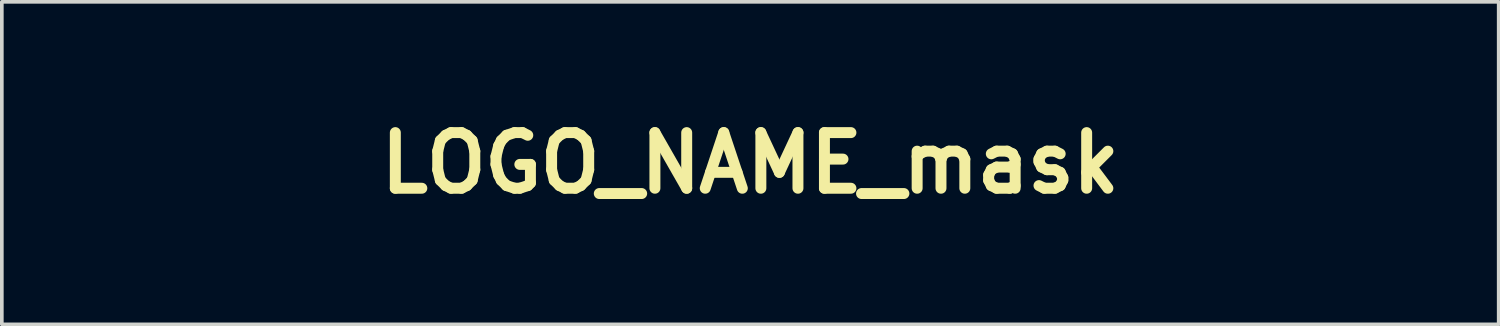
<source format=kicad_pcb>
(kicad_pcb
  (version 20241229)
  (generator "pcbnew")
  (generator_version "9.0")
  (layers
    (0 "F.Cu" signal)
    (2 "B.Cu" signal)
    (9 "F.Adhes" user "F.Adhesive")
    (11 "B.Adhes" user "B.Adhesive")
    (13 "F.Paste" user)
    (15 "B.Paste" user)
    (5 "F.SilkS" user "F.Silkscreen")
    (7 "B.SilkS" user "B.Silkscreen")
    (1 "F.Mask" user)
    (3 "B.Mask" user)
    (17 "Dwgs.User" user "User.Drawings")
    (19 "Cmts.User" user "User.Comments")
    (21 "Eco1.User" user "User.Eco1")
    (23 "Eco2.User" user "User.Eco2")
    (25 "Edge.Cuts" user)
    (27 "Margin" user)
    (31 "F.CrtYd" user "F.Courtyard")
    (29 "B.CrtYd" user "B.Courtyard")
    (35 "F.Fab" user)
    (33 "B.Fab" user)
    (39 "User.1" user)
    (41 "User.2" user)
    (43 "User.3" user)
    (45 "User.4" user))
  (footprint "LOGO_NAME_mask"
    (layer "F.Cu")
    (at 17.506 1.418)
    (property "Reference" "LOGO_NAME_mask" (at 0 0 0) (layer "F.SilkS") (effects (font (size 1.524 1.524) (thickness 0.3))))
    (attr through_hole)
    (fp_poly (pts (xy 2.816 -1.156) (xy 2.902 -1.155) (xy 2.972 -1.152) (xy 3.027 -1.149) (xy 3.068 -1.144) (xy 3.098 -1.137) (xy 3.119 -1.127) (xy 3.131 -1.116) (xy 3.138 -1.101) (xy 3.14 -1.084) (xy 3.139 -1.063) (xy 3.138 -1.038) (xy 3.137 -1.012) (xy 3.137 -0.974) (xy 3.136 -0.943) (xy 3.13 -0.92) (xy 3.117 -0.902) (xy 3.095 -0.89) (xy 3.061 -0.883) (xy 3.011 -0.879) (xy 2.944 -0.877) (xy 2.857 -0.876) (xy 2.758 -0.876) (xy 2.426 -0.876) (xy 2.426 0.117) (xy 2.425 0.274) (xy 2.425 0.424) (xy 2.424 0.564) (xy 2.424 0.693) (xy 2.423 0.809) (xy 2.422 0.91) (xy 2.421 0.994) (xy 2.419 1.059) (xy 2.418 1.103) (xy 2.416 1.124) (xy 2.416 1.125) (xy 2.389 1.148) (xy 2.344 1.162) (xy 2.277 1.168) (xy 2.255 1.168) (xy 2.202 1.167) (xy 2.168 1.163) (xy 2.146 1.153) (xy 2.134 1.143) (xy 2.129 1.138) (xy 2.125 1.131) (xy 2.121 1.121) (xy 2.118 1.107) (xy 2.116 1.085) (xy 2.114 1.056) (xy 2.112 1.016) (xy 2.111 0.965) (xy 2.11 0.9) (xy 2.109 0.82) (xy 2.109 0.724) (xy 2.108 0.609) (xy 2.108 0.474) (xy 2.108 0.317) (xy 2.108 0.136) (xy 2.108 -0.876) (xy 1.768 -0.876) (xy 1.656 -0.877) (xy 1.567 -0.878) (xy 1.501 -0.88) (xy 1.454 -0.883) (xy 1.425 -0.887) (xy 1.412 -0.892) (xy 1.404 -0.913) (xy 1.399 -0.956) (xy 1.397 -1.016) (xy 1.399 -1.077) (xy 1.404 -1.119) (xy 1.412 -1.14) (xy 1.422 -1.144) (xy 1.444 -1.146) (xy 1.481 -1.149) (xy 1.533 -1.151) (xy 1.603 -1.152) (xy 1.691 -1.154) (xy 1.798 -1.155) (xy 1.927 -1.155) (xy 2.079 -1.156) (xy 2.254 -1.156) (xy 2.269 -1.156) (xy 2.439 -1.156) (xy 2.586 -1.156) (xy 2.711 -1.156) (xy 2.816 -1.156)) (stroke (width 0.01) (type solid)) (fill yes) (layer "F.Mask"))
    (fp_poly (pts (xy 15.748 -1.156) (xy 15.796 -1.152) (xy 15.834 -1.146) (xy 15.852 -1.139) (xy 15.862 -1.125) (xy 15.883 -1.091) (xy 15.915 -1.04) (xy 15.956 -0.974) (xy 16.005 -0.894) (xy 16.06 -0.803) (xy 16.12 -0.704) (xy 16.185 -0.597) (xy 16.199 -0.574) (xy 16.263 -0.467) (xy 16.324 -0.367) (xy 16.38 -0.276) (xy 16.429 -0.196) (xy 16.47 -0.129) (xy 16.502 -0.077) (xy 16.524 -0.042) (xy 16.535 -0.027) (xy 16.535 -0.026) (xy 16.543 -0.037) (xy 16.562 -0.067) (xy 16.592 -0.115) (xy 16.631 -0.179) (xy 16.678 -0.256) (xy 16.731 -0.345) (xy 16.79 -0.443) (xy 16.854 -0.548) (xy 16.866 -0.568) (xy 16.93 -0.675) (xy 16.991 -0.777) (xy 17.047 -0.869) (xy 17.097 -0.952) (xy 17.14 -1.021) (xy 17.174 -1.076) (xy 17.198 -1.114) (xy 17.211 -1.132) (xy 17.212 -1.133) (xy 17.227 -1.144) (xy 17.25 -1.151) (xy 17.286 -1.155) (xy 17.341 -1.156) (xy 17.352 -1.156) (xy 17.416 -1.154) (xy 17.459 -1.149) (xy 17.485 -1.138) (xy 17.497 -1.121) (xy 17.501 -1.095) (xy 17.494 -1.079) (xy 17.476 -1.043) (xy 17.447 -0.988) (xy 17.407 -0.918) (xy 17.359 -0.833) (xy 17.303 -0.735) (xy 17.24 -0.627) (xy 17.172 -0.509) (xy 17.098 -0.385) (xy 17.094 -0.378) (xy 16.688 0.308) (xy 16.688 0.718) (xy 16.688 0.832) (xy 16.687 0.923) (xy 16.686 0.994) (xy 16.685 1.048) (xy 16.683 1.086) (xy 16.68 1.113) (xy 16.676 1.13) (xy 16.671 1.14) (xy 16.667 1.145) (xy 16.642 1.155) (xy 16.596 1.162) (xy 16.541 1.166) (xy 16.488 1.168) (xy 16.454 1.167) (xy 16.432 1.161) (xy 16.414 1.149) (xy 16.403 1.139) (xy 16.37 1.106) (xy 16.37 0.294) (xy 15.981 -0.364) (xy 15.912 -0.482) (xy 15.845 -0.594) (xy 15.784 -0.697) (xy 15.729 -0.791) (xy 15.68 -0.872) (xy 15.64 -0.938) (xy 15.61 -0.989) (xy 15.59 -1.022) (xy 15.581 -1.034) (xy 15.572 -1.059) (xy 15.571 -1.094) (xy 15.577 -1.127) (xy 15.585 -1.14) (xy 15.606 -1.149) (xy 15.645 -1.154) (xy 15.695 -1.156) (xy 15.748 -1.156)) (stroke (width 0.01) (type solid)) (fill yes) (layer "F.Mask"))
    (fp_poly (pts (xy -16.584 -1.156) (xy -16.445 -1.155) (xy -16.328 -1.154) (xy -16.233 -1.153) (xy -16.157 -1.152) (xy -16.099 -1.15) (xy -16.057 -1.147) (xy -16.031 -1.145) (xy -16.018 -1.141) (xy -16.017 -1.14) (xy -16.009 -1.119) (xy -16.004 -1.076) (xy -16.002 -1.021) (xy -16.003 -0.968) (xy -16.006 -0.934) (xy -16.012 -0.914) (xy -16.024 -0.901) (xy -16.03 -0.896) (xy -16.04 -0.891) (xy -16.055 -0.887) (xy -16.078 -0.884) (xy -16.11 -0.882) (xy -16.155 -0.88) (xy -16.215 -0.878) (xy -16.291 -0.877) (xy -16.387 -0.877) (xy -16.503 -0.876) (xy -16.621 -0.876) (xy -17.183 -0.876) (xy -17.183 -0.089) (xy -16.639 -0.089) (xy -16.503 -0.089) (xy -16.391 -0.088) (xy -16.3 -0.088) (xy -16.228 -0.086) (xy -16.173 -0.085) (xy -16.133 -0.083) (xy -16.106 -0.08) (xy -16.089 -0.076) (xy -16.08 -0.072) (xy -16.079 -0.071) (xy -16.071 -0.047) (xy -16.068 -0.001) (xy -16.068 0.052) (xy -16.071 0.105) (xy -16.074 0.138) (xy -16.081 0.157) (xy -16.093 0.168) (xy -16.104 0.174) (xy -16.119 0.178) (xy -16.146 0.182) (xy -16.188 0.185) (xy -16.247 0.187) (xy -16.324 0.188) (xy -16.421 0.19) (xy -16.54 0.19) (xy -16.659 0.19) (xy -17.183 0.191) (xy -17.183 1.106) (xy -17.214 1.137) (xy -17.234 1.154) (xy -17.255 1.163) (xy -17.287 1.167) (xy -17.336 1.167) (xy -17.338 1.167) (xy -17.387 1.165) (xy -17.428 1.163) (xy -17.453 1.16) (xy -17.454 1.16) (xy -17.475 1.144) (xy -17.489 1.122) (xy -17.491 1.104) (xy -17.493 1.062) (xy -17.494 0.997) (xy -17.496 0.911) (xy -17.497 0.804) (xy -17.498 0.679) (xy -17.499 0.537) (xy -17.5 0.378) (xy -17.5 0.205) (xy -17.501 0.019) (xy -17.501 -0.004) (xy -17.501 -0.198) (xy -17.5 -0.368) (xy -17.5 -0.516) (xy -17.5 -0.643) (xy -17.499 -0.751) (xy -17.498 -0.842) (xy -17.497 -0.917) (xy -17.496 -0.977) (xy -17.494 -1.025) (xy -17.493 -1.061) (xy -17.49 -1.088) (xy -17.488 -1.107) (xy -17.485 -1.119) (xy -17.481 -1.127) (xy -17.481 -1.127) (xy -17.461 -1.156) (xy -16.747 -1.156) (xy -16.584 -1.156)) (stroke (width 0.01) (type solid)) (fill yes) (layer "F.Mask"))
    (fp_poly (pts (xy -7.164 -1.155) (xy -7.124 -1.152) (xy -7.106 -1.148) (xy -7.098 -1.144) (xy -7.09 -1.137) (xy -7.08 -1.124) (xy -7.069 -1.104) (xy -7.055 -1.074) (xy -7.038 -1.032) (xy -7.015 -0.976) (xy -6.986 -0.903) (xy -6.95 -0.81) (xy -6.907 -0.697) (xy -6.905 -0.692) (xy -6.87 -0.601) (xy -6.828 -0.492) (xy -6.78 -0.366) (xy -6.728 -0.231) (xy -6.673 -0.088) (xy -6.618 0.056) (xy -6.563 0.199) (xy -6.515 0.324) (xy -6.456 0.477) (xy -6.405 0.609) (xy -6.363 0.721) (xy -6.327 0.814) (xy -6.298 0.89) (xy -6.275 0.952) (xy -6.258 1) (xy -6.245 1.037) (xy -6.236 1.065) (xy -6.231 1.085) (xy -6.228 1.098) (xy -6.227 1.108) (xy -6.228 1.114) (xy -6.229 1.118) (xy -6.251 1.144) (xy -6.296 1.161) (xy -6.364 1.168) (xy -6.388 1.168) (xy -6.438 1.167) (xy -6.471 1.161) (xy -6.495 1.15) (xy -6.507 1.14) (xy -6.515 1.127) (xy -6.529 1.101) (xy -6.547 1.06) (xy -6.571 1.003) (xy -6.601 0.929) (xy -6.638 0.837) (xy -6.681 0.726) (xy -6.731 0.595) (xy -6.789 0.443) (xy -6.855 0.268) (xy -6.896 0.159) (xy -6.952 0.01) (xy -7.005 -0.132) (xy -7.056 -0.265) (xy -7.102 -0.388) (xy -7.144 -0.499) (xy -7.181 -0.596) (xy -7.212 -0.677) (xy -7.236 -0.741) (xy -7.253 -0.785) (xy -7.262 -0.807) (xy -7.263 -0.81) (xy -7.269 -0.801) (xy -7.283 -0.77) (xy -7.305 -0.719) (xy -7.334 -0.648) (xy -7.369 -0.56) (xy -7.41 -0.455) (xy -7.455 -0.337) (xy -7.506 -0.205) (xy -7.56 -0.062) (xy -7.594 0.028) (xy -7.665 0.216) (xy -7.727 0.381) (xy -7.781 0.525) (xy -7.829 0.65) (xy -7.869 0.757) (xy -7.903 0.847) (xy -7.932 0.922) (xy -7.956 0.984) (xy -7.975 1.033) (xy -7.991 1.071) (xy -8.003 1.099) (xy -8.013 1.12) (xy -8.021 1.134) (xy -8.027 1.143) (xy -8.032 1.148) (xy -8.037 1.15) (xy -8.042 1.152) (xy -8.047 1.154) (xy -8.083 1.164) (xy -8.133 1.168) (xy -8.187 1.168) (xy -8.236 1.162) (xy -8.272 1.152) (xy -8.278 1.149) (xy -8.301 1.118) (xy -8.306 1.095) (xy -8.301 1.077) (xy -8.288 1.038) (xy -8.268 0.979) (xy -8.24 0.903) (xy -8.207 0.812) (xy -8.168 0.708) (xy -8.124 0.592) (xy -8.077 0.467) (xy -8.027 0.334) (xy -7.974 0.197) (xy -7.921 0.056) (xy -7.866 -0.085) (xy -7.812 -0.226) (xy -7.758 -0.364) (xy -7.707 -0.497) (xy -7.657 -0.623) (xy -7.612 -0.74) (xy -7.57 -0.846) (xy -7.532 -0.938) (xy -7.501 -1.016) (xy -7.476 -1.077) (xy -7.458 -1.118) (xy -7.448 -1.138) (xy -7.447 -1.14) (xy -7.426 -1.146) (xy -7.386 -1.15) (xy -7.334 -1.154) (xy -7.275 -1.156) (xy -7.217 -1.156) (xy -7.164 -1.155)) (stroke (width 0.01) (type solid)) (fill yes) (layer "F.Mask"))
    (fp_poly (pts (xy -2.336 -1.189) (xy -2.18 -1.169) (xy -2.037 -1.131) (xy -1.906 -1.074) (xy -1.791 -1) (xy -1.693 -0.91) (xy -1.613 -0.804) (xy -1.581 -0.745) (xy -1.559 -0.693) (xy -1.539 -0.632) (xy -1.522 -0.569) (xy -1.51 -0.509) (xy -1.504 -0.46) (xy -1.506 -0.427) (xy -1.507 -0.425) (xy -1.526 -0.403) (xy -1.563 -0.389) (xy -1.622 -0.382) (xy -1.668 -0.381) (xy -1.729 -0.383) (xy -1.772 -0.394) (xy -1.801 -0.416) (xy -1.822 -0.455) (xy -1.841 -0.511) (xy -1.882 -0.621) (xy -1.932 -0.71) (xy -1.993 -0.781) (xy -2.067 -0.835) (xy -2.108 -0.856) (xy -2.178 -0.884) (xy -2.248 -0.902) (xy -2.327 -0.911) (xy -2.421 -0.913) (xy -2.462 -0.912) (xy -2.583 -0.901) (xy -2.684 -0.877) (xy -2.769 -0.838) (xy -2.841 -0.783) (xy -2.904 -0.71) (xy -2.909 -0.702) (xy -2.945 -0.644) (xy -2.973 -0.58) (xy -2.996 -0.506) (xy -3.013 -0.42) (xy -3.025 -0.32) (xy -3.031 -0.202) (xy -3.034 -0.065) (xy -3.032 0.095) (xy -3.029 0.198) (xy -3.026 0.279) (xy -3.023 0.344) (xy -3.018 0.395) (xy -3.012 0.438) (xy -3.005 0.475) (xy -2.999 0.499) (xy -2.959 0.614) (xy -2.907 0.708) (xy -2.84 0.784) (xy -2.758 0.842) (xy -2.735 0.855) (xy -2.665 0.884) (xy -2.593 0.903) (xy -2.51 0.913) (xy -2.421 0.915) (xy -2.286 0.907) (xy -2.169 0.881) (xy -2.07 0.837) (xy -1.988 0.775) (xy -1.921 0.694) (xy -1.869 0.593) (xy -1.84 0.51) (xy -1.826 0.466) (xy -1.812 0.43) (xy -1.802 0.412) (xy -1.787 0.402) (xy -1.755 0.397) (xy -1.704 0.394) (xy -1.662 0.394) (xy -1.605 0.394) (xy -1.567 0.396) (xy -1.543 0.401) (xy -1.529 0.409) (xy -1.518 0.423) (xy -1.518 0.423) (xy -1.508 0.446) (xy -1.505 0.475) (xy -1.51 0.519) (xy -1.511 0.526) (xy -1.545 0.664) (xy -1.601 0.788) (xy -1.677 0.897) (xy -1.772 0.991) (xy -1.887 1.069) (xy -2.02 1.131) (xy -2.098 1.157) (xy -2.145 1.168) (xy -2.196 1.177) (xy -2.258 1.183) (xy -2.335 1.186) (xy -2.388 1.188) (xy -2.461 1.189) (xy -2.531 1.188) (xy -2.591 1.186) (xy -2.634 1.183) (xy -2.646 1.181) (xy -2.793 1.144) (xy -2.924 1.087) (xy -3.037 1.012) (xy -3.134 0.919) (xy -3.212 0.807) (xy -3.239 0.756) (xy -3.27 0.688) (xy -3.295 0.62) (xy -3.315 0.548) (xy -3.33 0.47) (xy -3.341 0.382) (xy -3.348 0.28) (xy -3.351 0.162) (xy -3.351 0.025) (xy -3.349 -0.095) (xy -3.347 -0.204) (xy -3.344 -0.291) (xy -3.341 -0.36) (xy -3.337 -0.415) (xy -3.332 -0.46) (xy -3.326 -0.498) (xy -3.318 -0.534) (xy -3.317 -0.541) (xy -3.269 -0.689) (xy -3.204 -0.818) (xy -3.124 -0.928) (xy -3.027 -1.018) (xy -2.913 -1.089) (xy -2.782 -1.142) (xy -2.634 -1.176) (xy -2.502 -1.19) (xy -2.336 -1.189)) (stroke (width 0.01) (type solid)) (fill yes) (layer "F.Mask"))
    (fp_poly (pts (xy -12.458 -1.153) (xy -12.329 -1.152) (xy -12.189 -1.151) (xy -12.072 -1.149) (xy -11.975 -1.147) (xy -11.895 -1.145) (xy -11.829 -1.141) (xy -11.775 -1.135) (xy -11.73 -1.128) (xy -11.691 -1.118) (xy -11.655 -1.106) (xy -11.62 -1.091) (xy -11.583 -1.073) (xy -11.551 -1.056) (xy -11.445 -0.989) (xy -11.36 -0.905) (xy -11.295 -0.806) (xy -11.249 -0.69) (xy -11.245 -0.676) (xy -11.232 -0.604) (xy -11.225 -0.517) (xy -11.225 -0.425) (xy -11.232 -0.336) (xy -11.246 -0.26) (xy -11.251 -0.24) (xy -11.299 -0.127) (xy -11.368 -0.028) (xy -11.457 0.056) (xy -11.564 0.124) (xy -11.674 0.169) (xy -11.677 0.174) (xy -11.675 0.187) (xy -11.667 0.209) (xy -11.651 0.242) (xy -11.628 0.287) (xy -11.594 0.348) (xy -11.551 0.425) (xy -11.497 0.52) (xy -11.436 0.627) (xy -11.379 0.725) (xy -11.327 0.817) (xy -11.281 0.901) (xy -11.241 0.973) (xy -11.21 1.032) (xy -11.188 1.075) (xy -11.177 1.099) (xy -11.176 1.103) (xy -11.186 1.135) (xy -11.218 1.156) (xy -11.272 1.166) (xy -11.34 1.167) (xy -11.394 1.163) (xy -11.43 1.157) (xy -11.455 1.146) (xy -11.472 1.132) (xy -11.485 1.115) (xy -11.509 1.078) (xy -11.543 1.024) (xy -11.584 0.956) (xy -11.632 0.876) (xy -11.684 0.787) (xy -11.74 0.691) (xy -11.754 0.666) (xy -12.005 0.229) (xy -12.302 0.229) (xy -12.598 0.229) (xy -12.598 0.678) (xy -12.598 0.798) (xy -12.599 0.895) (xy -12.6 0.971) (xy -12.601 1.03) (xy -12.603 1.073) (xy -12.605 1.104) (xy -12.609 1.124) (xy -12.613 1.137) (xy -12.619 1.144) (xy -12.619 1.145) (xy -12.647 1.156) (xy -12.691 1.164) (xy -12.744 1.167) (xy -12.798 1.166) (xy -12.844 1.16) (xy -12.874 1.15) (xy -12.875 1.149) (xy -12.903 1.129) (xy -12.903 0.001) (xy -12.903 -0.049) (xy -12.598 -0.049) (xy -12.227 -0.053) (xy -12.119 -0.055) (xy -12.034 -0.056) (xy -11.967 -0.058) (xy -11.916 -0.06) (xy -11.877 -0.064) (xy -11.847 -0.068) (xy -11.823 -0.073) (xy -11.8 -0.08) (xy -11.78 -0.088) (xy -11.697 -0.133) (xy -11.63 -0.194) (xy -11.581 -0.267) (xy -11.565 -0.309) (xy -11.547 -0.391) (xy -11.544 -0.481) (xy -11.552 -0.57) (xy -11.573 -0.649) (xy -11.589 -0.685) (xy -11.636 -0.753) (xy -11.696 -0.806) (xy -11.773 -0.846) (xy -11.792 -0.854) (xy -11.816 -0.862) (xy -11.84 -0.869) (xy -11.866 -0.874) (xy -11.9 -0.878) (xy -11.944 -0.881) (xy -12.001 -0.883) (xy -12.074 -0.884) (xy -12.168 -0.886) (xy -12.233 -0.886) (xy -12.598 -0.891) (xy -12.598 -0.049) (xy -12.903 -0.049) (xy -12.903 -0.197) (xy -12.903 -0.372) (xy -12.903 -0.524) (xy -12.902 -0.655) (xy -12.902 -0.766) (xy -12.901 -0.86) (xy -12.9 -0.937) (xy -12.898 -0.999) (xy -12.897 -1.048) (xy -12.895 -1.085) (xy -12.893 -1.111) (xy -12.89 -1.129) (xy -12.887 -1.139) (xy -12.885 -1.142) (xy -12.874 -1.146) (xy -12.848 -1.149) (xy -12.808 -1.152) (xy -12.75 -1.153) (xy -12.674 -1.154) (xy -12.577 -1.154) (xy -12.458 -1.153)) (stroke (width 0.01) (type solid)) (fill yes) (layer "F.Mask"))
    (fp_poly (pts (xy 7.041 -1.186) (xy 7.14 -1.177) (xy 7.225 -1.163) (xy 7.245 -1.158) (xy 7.385 -1.106) (xy 7.508 -1.037) (xy 7.612 -0.951) (xy 7.699 -0.846) (xy 7.768 -0.722) (xy 7.82 -0.581) (xy 7.825 -0.564) (xy 7.833 -0.532) (xy 7.839 -0.501) (xy 7.844 -0.465) (xy 7.848 -0.422) (xy 7.851 -0.368) (xy 7.854 -0.301) (xy 7.856 -0.215) (xy 7.858 -0.109) (xy 7.858 -0.078) (xy 7.86 0.067) (xy 7.859 0.19) (xy 7.857 0.294) (xy 7.852 0.382) (xy 7.845 0.458) (xy 7.835 0.524) (xy 7.822 0.584) (xy 7.808 0.635) (xy 7.755 0.769) (xy 7.685 0.885) (xy 7.598 0.982) (xy 7.493 1.062) (xy 7.37 1.124) (xy 7.275 1.157) (xy 7.228 1.168) (xy 7.176 1.177) (xy 7.115 1.183) (xy 7.038 1.186) (xy 6.985 1.188) (xy 6.911 1.189) (xy 6.841 1.188) (xy 6.782 1.186) (xy 6.738 1.183) (xy 6.727 1.181) (xy 6.579 1.144) (xy 6.449 1.088) (xy 6.337 1.014) (xy 6.241 0.921) (xy 6.163 0.809) (xy 6.101 0.678) (xy 6.068 0.578) (xy 6.061 0.55) (xy 6.055 0.524) (xy 6.05 0.496) (xy 6.046 0.462) (xy 6.044 0.422) (xy 6.042 0.37) (xy 6.041 0.305) (xy 6.04 0.222) (xy 6.04 0.121) (xy 6.04 0.067) (xy 6.351 0.067) (xy 6.351 0.162) (xy 6.353 0.248) (xy 6.356 0.321) (xy 6.361 0.376) (xy 6.361 0.381) (xy 6.389 0.514) (xy 6.433 0.629) (xy 6.495 0.725) (xy 6.573 0.802) (xy 6.668 0.86) (xy 6.729 0.885) (xy 6.813 0.905) (xy 6.91 0.915) (xy 7.011 0.913) (xy 7.104 0.901) (xy 7.151 0.89) (xy 7.256 0.844) (xy 7.346 0.779) (xy 7.42 0.695) (xy 7.477 0.592) (xy 7.501 0.528) (xy 7.52 0.449) (xy 7.534 0.35) (xy 7.545 0.232) (xy 7.55 0.102) (xy 7.551 -0.039) (xy 7.546 -0.185) (xy 7.545 -0.208) (xy 7.536 -0.334) (xy 7.522 -0.44) (xy 7.502 -0.527) (xy 7.475 -0.602) (xy 7.439 -0.666) (xy 7.393 -0.726) (xy 7.341 -0.778) (xy 7.283 -0.827) (xy 7.225 -0.863) (xy 7.162 -0.887) (xy 7.089 -0.901) (xy 6.999 -0.907) (xy 6.941 -0.908) (xy 6.872 -0.908) (xy 6.823 -0.906) (xy 6.786 -0.902) (xy 6.755 -0.895) (xy 6.724 -0.883) (xy 6.686 -0.866) (xy 6.685 -0.866) (xy 6.585 -0.806) (xy 6.503 -0.728) (xy 6.438 -0.632) (xy 6.389 -0.517) (xy 6.38 -0.488) (xy 6.373 -0.45) (xy 6.367 -0.392) (xy 6.362 -0.317) (xy 6.357 -0.229) (xy 6.354 -0.133) (xy 6.352 -0.033) (xy 6.351 0.067) (xy 6.04 0.067) (xy 6.04 0.006) (xy 6.04 -0.116) (xy 6.04 -0.217) (xy 6.041 -0.297) (xy 6.042 -0.362) (xy 6.044 -0.412) (xy 6.047 -0.453) (xy 6.05 -0.485) (xy 6.055 -0.513) (xy 6.061 -0.54) (xy 6.068 -0.565) (xy 6.119 -0.709) (xy 6.188 -0.835) (xy 6.275 -0.943) (xy 6.379 -1.032) (xy 6.501 -1.103) (xy 6.638 -1.154) (xy 6.651 -1.158) (xy 6.732 -1.174) (xy 6.829 -1.184) (xy 6.935 -1.188) (xy 7.041 -1.186)) (stroke (width 0.01) (type solid)) (fill yes) (layer "F.Mask"))
    (fp_poly (pts (xy 11.685 -1.155) (xy 11.804 -1.155) (xy 11.902 -1.153) (xy 11.985 -1.15) (xy 12.053 -1.146) (xy 12.11 -1.14) (xy 12.159 -1.133) (xy 12.203 -1.123) (xy 12.244 -1.111) (xy 12.286 -1.096) (xy 12.296 -1.093) (xy 12.409 -1.038) (xy 12.505 -0.965) (xy 12.583 -0.875) (xy 12.642 -0.77) (xy 12.68 -0.65) (xy 12.698 -0.518) (xy 12.7 -0.47) (xy 12.689 -0.332) (xy 12.658 -0.209) (xy 12.606 -0.101) (xy 12.533 -0.007) (xy 12.507 0.019) (xy 12.462 0.056) (xy 12.408 0.093) (xy 12.353 0.125) (xy 12.302 0.15) (xy 12.262 0.164) (xy 12.249 0.165) (xy 12.234 0.172) (xy 12.236 0.187) (xy 12.244 0.203) (xy 12.263 0.238) (xy 12.292 0.29) (xy 12.33 0.357) (xy 12.375 0.435) (xy 12.425 0.523) (xy 12.479 0.617) (xy 12.491 0.638) (xy 12.546 0.733) (xy 12.597 0.823) (xy 12.642 0.905) (xy 12.68 0.975) (xy 12.709 1.031) (xy 12.729 1.072) (xy 12.738 1.093) (xy 12.738 1.095) (xy 12.735 1.124) (xy 12.725 1.143) (xy 12.703 1.155) (xy 12.664 1.16) (xy 12.605 1.162) (xy 12.594 1.162) (xy 12.533 1.161) (xy 12.492 1.158) (xy 12.466 1.151) (xy 12.45 1.14) (xy 12.439 1.125) (xy 12.416 1.09) (xy 12.384 1.037) (xy 12.344 0.971) (xy 12.298 0.891) (xy 12.246 0.803) (xy 12.191 0.707) (xy 12.173 0.674) (xy 11.919 0.23) (xy 11.624 0.229) (xy 11.328 0.229) (xy 11.328 1.106) (xy 11.297 1.137) (xy 11.278 1.154) (xy 11.256 1.163) (xy 11.224 1.167) (xy 11.174 1.167) (xy 11.173 1.167) (xy 11.125 1.166) (xy 11.085 1.163) (xy 11.062 1.16) (xy 11.062 1.16) (xy 11.053 1.156) (xy 11.045 1.152) (xy 11.039 1.146) (xy 11.033 1.135) (xy 11.028 1.119) (xy 11.024 1.096) (xy 11.021 1.064) (xy 11.018 1.022) (xy 11.016 0.969) (xy 11.014 0.901) (xy 11.013 0.819) (xy 11.012 0.72) (xy 11.011 0.603) (xy 11.011 0.467) (xy 11.011 0.309) (xy 11.011 0.128) (xy 11.011 -0.002) (xy 11.011 -0.049) (xy 11.328 -0.049) (xy 11.694 -0.053) (xy 11.8 -0.055) (xy 11.885 -0.056) (xy 11.951 -0.058) (xy 12.001 -0.06) (xy 12.039 -0.063) (xy 12.069 -0.068) (xy 12.094 -0.073) (xy 12.116 -0.081) (xy 12.135 -0.088) (xy 12.22 -0.133) (xy 12.29 -0.196) (xy 12.34 -0.273) (xy 12.363 -0.334) (xy 12.38 -0.435) (xy 12.377 -0.534) (xy 12.355 -0.627) (xy 12.316 -0.709) (xy 12.26 -0.776) (xy 12.189 -0.827) (xy 12.15 -0.845) (xy 12.109 -0.859) (xy 12.062 -0.87) (xy 12.006 -0.878) (xy 11.937 -0.883) (xy 11.852 -0.887) (xy 11.747 -0.888) (xy 11.655 -0.889) (xy 11.328 -0.889) (xy 11.328 -0.049) (xy 11.011 -0.049) (xy 11.011 -0.197) (xy 11.011 -0.368) (xy 11.011 -0.518) (xy 11.012 -0.646) (xy 11.012 -0.755) (xy 11.013 -0.847) (xy 11.014 -0.923) (xy 11.015 -0.984) (xy 11.017 -1.032) (xy 11.019 -1.069) (xy 11.021 -1.096) (xy 11.023 -1.115) (xy 11.026 -1.127) (xy 11.029 -1.134) (xy 11.031 -1.136) (xy 11.038 -1.141) (xy 11.052 -1.145) (xy 11.073 -1.148) (xy 11.105 -1.151) (xy 11.149 -1.153) (xy 11.209 -1.154) (xy 11.286 -1.155) (xy 11.383 -1.156) (xy 11.502 -1.156) (xy 11.544 -1.156) (xy 11.685 -1.155)) (stroke (width 0.01) (type solid)) (fill yes) (layer "F.Mask")))
  (gr_rect
    (start -3 -3)
    (end 38.011 5.836)
    (stroke (width 0.1) (type default))
    (fill no)
    (layer "Edge.Cuts")))
</source>
